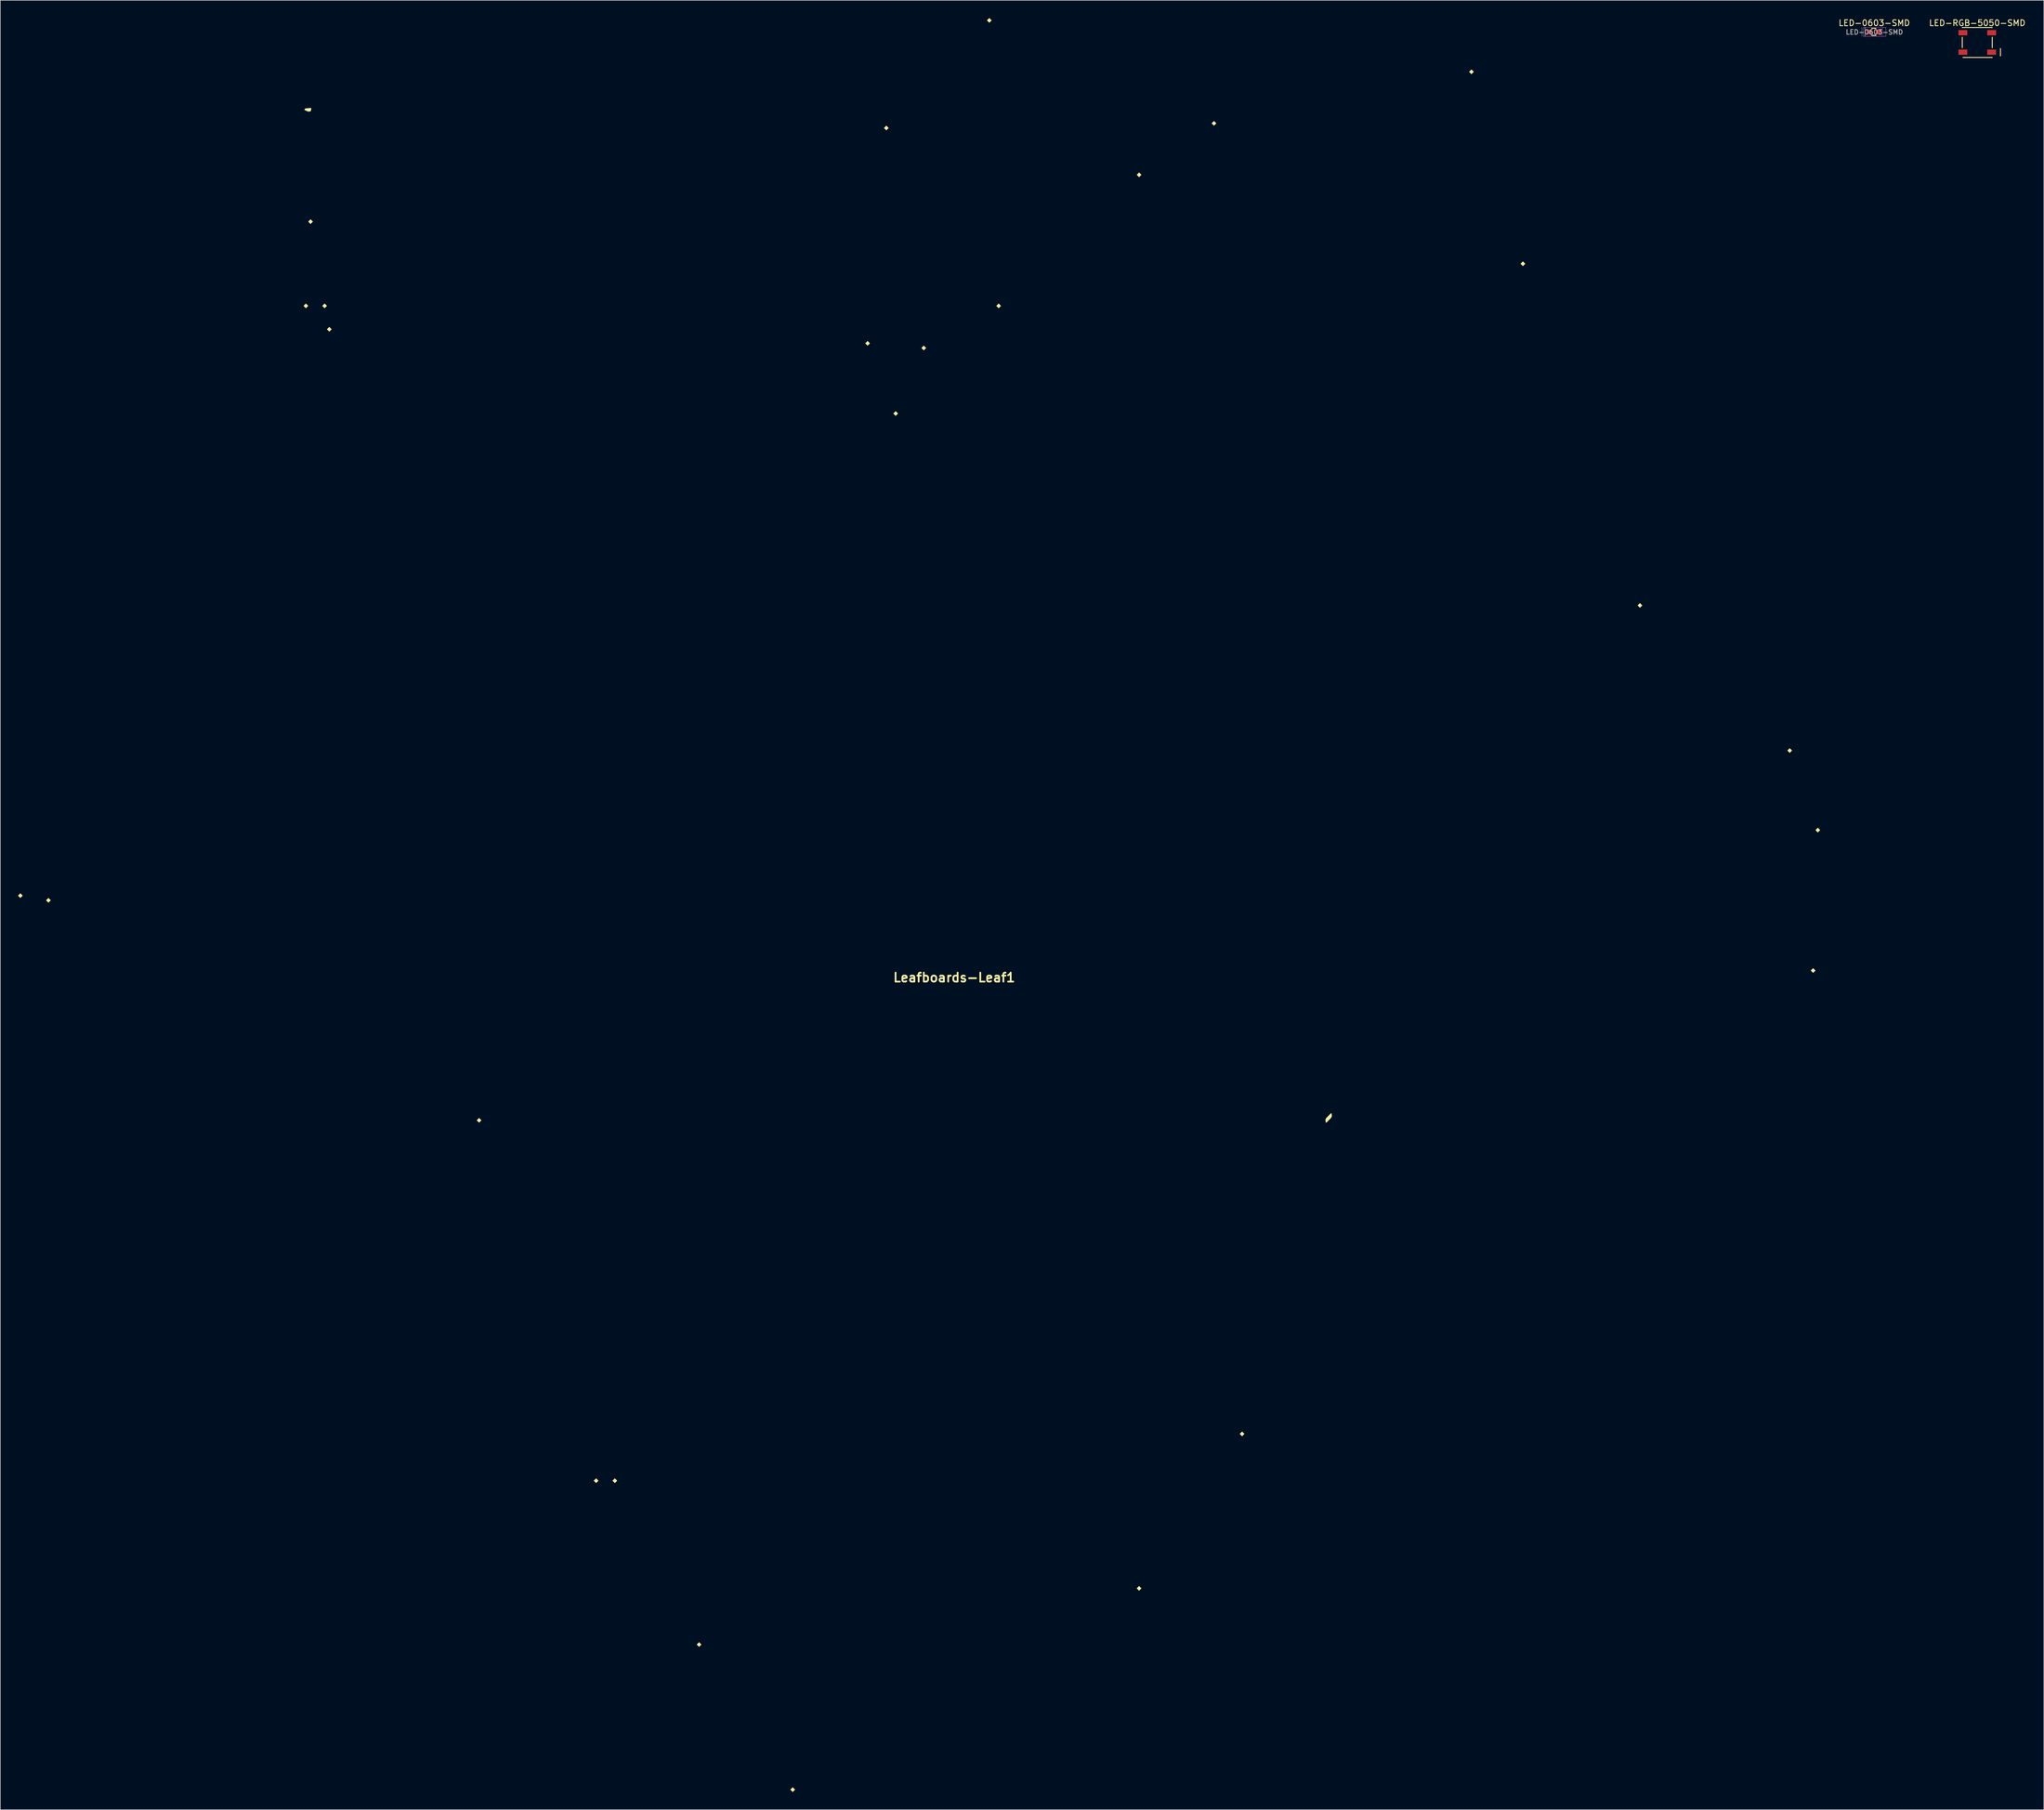
<source format=kicad_pcb>
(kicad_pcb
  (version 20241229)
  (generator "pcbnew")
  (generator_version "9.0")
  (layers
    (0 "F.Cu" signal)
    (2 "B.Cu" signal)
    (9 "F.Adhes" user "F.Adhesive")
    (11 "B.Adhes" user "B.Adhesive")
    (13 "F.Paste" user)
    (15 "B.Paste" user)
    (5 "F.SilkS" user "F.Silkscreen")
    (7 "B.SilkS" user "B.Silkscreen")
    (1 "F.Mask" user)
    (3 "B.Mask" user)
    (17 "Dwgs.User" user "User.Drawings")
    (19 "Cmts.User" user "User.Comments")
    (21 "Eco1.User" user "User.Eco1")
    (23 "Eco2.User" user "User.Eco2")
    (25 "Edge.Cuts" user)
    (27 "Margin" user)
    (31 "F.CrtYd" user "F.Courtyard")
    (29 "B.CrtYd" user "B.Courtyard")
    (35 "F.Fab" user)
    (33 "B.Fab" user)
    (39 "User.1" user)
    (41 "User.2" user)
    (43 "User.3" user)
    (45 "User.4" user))
  (footprint "LED-RGB-5050-SMD"
    (layer "F.Cu")
    (at 332.241 4.15)
    (property "Reference" "LED-RGB-5050-SMD" (at 0 -3.302 0) (layer "F.SilkS") (effects (font (size 1 1) (thickness 0.15))))
    (attr through_hole)
    (fp_line (start -2.54 -2.54) (end 2.54 -2.54) (stroke (width 0.152) (type solid)) (layer "F.SilkS"))
    (fp_line (start -2.54 -0.889) (end -2.54 0.889) (stroke (width 0.152) (type solid)) (layer "F.SilkS"))
    (fp_line (start 2.54 -0.889) (end 2.54 0.889) (stroke (width 0.152) (type solid)) (layer "F.SilkS"))
    (fp_line (start 2.54 2.54) (end -2.413 2.54) (stroke (width 0.152) (type solid)) (layer "F.SilkS"))
    (fp_line (start 3.937 1.016) (end 3.937 2.286) (stroke (width 0.152) (type solid)) (layer "F.SilkS"))
    (pad "1" smd rect (at 2.438 1.651) (size 1.499 0.889) (layers "F.Cu" "F.Mask" "F.Paste"))
    (pad "2" smd rect (at 2.438 -1.651) (size 1.499 0.889) (layers "F.Cu" "F.Mask" "F.Paste"))
    (pad "3" smd rect (at -2.438 -1.651) (size 1.499 0.889) (layers "F.Cu" "F.Mask" "F.Paste"))
    (pad "4" smd rect (at -2.438 1.651) (size 1.499 0.889) (layers "F.Cu" "F.Mask" "F.Paste")))
  (footprint "LED-0603-SMD"
    (layer "F.Cu")
    (at 314.706 2.358)
    (property "Reference" "LED-0603-SMD" (at 0.09 0.04 0) (layer "F.Fab") (effects (font (size 0.8 0.8) (thickness 0.15))))
    (attr smd)
    (fp_line (start -1.524 0.762) (end -1.524 -0.762) (stroke (width 0.05) (type solid)) (layer "F.SilkS"))
    (fp_line (start -0.35 -0.6) (end 0.35 -0.6) (stroke (width 0.15) (type solid)) (layer "F.SilkS"))
    (fp_line (start 0.35 0.6) (end -0.35 0.6) (stroke (width 0.15) (type solid)) (layer "F.SilkS"))
    (fp_line (start -1.45 -0.75) (end -1.45 0.75) (stroke (width 0.05) (type solid)) (layer "F.CrtYd"))
    (fp_line (start -1.45 -0.75) (end 1.45 -0.762) (stroke (width 0.05) (type solid)) (layer "F.CrtYd"))
    (fp_line (start -1.45 0.75) (end 1.45 0.75) (stroke (width 0.05) (type solid)) (layer "F.CrtYd"))
    (fp_line (start 1.45 -0.75) (end 1.45 0.75) (stroke (width 0.05) (type solid)) (layer "F.CrtYd"))
    (fp_line (start -2.032 -0.762) (end -2.032 0.762) (stroke (width 0.05) (type solid)) (layer "F.Fab"))
    (fp_line (start -1.778 -0.762) (end 2.032 -0.762) (stroke (width 0.05) (type solid)) (layer "F.Fab"))
    (fp_line (start -1.778 -0.75) (end -1.778 0.75) (stroke (width 0.05) (type solid)) (layer "F.Fab"))
    (fp_line (start -1.778 0.762) (end 2.032 0.762) (stroke (width 0.05) (type solid)) (layer "F.Fab"))
    (fp_line (start 2.032 -0.75) (end 2.032 0.75) (stroke (width 0.05) (type solid)) (layer "F.Fab"))
    (fp_text user "${REFERENCE}" (at 0.07 -1.51 0) (layer "F.SilkS") (effects (font (size 1 1) (thickness 0.15))))
    (pad "1" smd rect (at -0.75 0) (size 0.8 0.75) (layers "F.Cu" "F.Mask" "F.Paste"))
    (pad "2" smd rect (at 0.75 0) (size 0.8 0.75) (layers "F.Cu" "F.Mask" "F.Paste")))
  (footprint "Leafboards-Leaf1"
    (layer "F.Cu")
    (at 158.755 162.724)
    (property "Reference" "Leafboards-Leaf1" (at 0 0 0) (layer "F.SilkS") (effects (font (size 1.524 1.524) (thickness 0.3))))
    (attr through_hole)
    (fp_poly (pts (xy -157.956 -13.891) (xy -158.353 -13.494) (xy -158.75 -13.891) (xy -158.353 -14.287) (xy -157.956 -13.891)) (stroke (width 0.01) (type solid)) (fill yes) (layer "F.SilkS"))
    (fp_poly (pts (xy -153.194 -13.097) (xy -153.591 -12.7) (xy -153.988 -13.097) (xy -153.591 -13.494) (xy -153.194 -13.097)) (stroke (width 0.01) (type solid)) (fill yes) (layer "F.SilkS"))
    (fp_poly (pts (xy -109.537 -113.903) (xy -109.934 -113.506) (xy -110.331 -113.903) (xy -109.934 -114.3) (xy -109.537 -113.903)) (stroke (width 0.01) (type solid)) (fill yes) (layer "F.SilkS"))
    (fp_poly (pts (xy -108.744 -128.191) (xy -109.141 -127.794) (xy -109.537 -128.191) (xy -109.141 -128.588) (xy -108.744 -128.191)) (stroke (width 0.01) (type solid)) (fill yes) (layer "F.SilkS"))
    (fp_poly (pts (xy -106.362 -113.903) (xy -106.759 -113.506) (xy -107.156 -113.903) (xy -106.759 -114.3) (xy -106.362 -113.903)) (stroke (width 0.01) (type solid)) (fill yes) (layer "F.SilkS"))
    (fp_poly (pts (xy -105.569 -109.934) (xy -105.966 -109.537) (xy -106.362 -109.934) (xy -105.966 -110.331) (xy -105.569 -109.934)) (stroke (width 0.01) (type solid)) (fill yes) (layer "F.SilkS"))
    (fp_poly (pts (xy -80.169 24.209) (xy -80.566 24.606) (xy -80.963 24.209) (xy -80.566 23.812) (xy -80.169 24.209)) (stroke (width 0.01) (type solid)) (fill yes) (layer "F.SilkS"))
    (fp_poly (pts (xy -60.325 85.328) (xy -60.722 85.725) (xy -61.119 85.328) (xy -60.722 84.931) (xy -60.325 85.328)) (stroke (width 0.01) (type solid)) (fill yes) (layer "F.SilkS"))
    (fp_poly (pts (xy -57.15 85.328) (xy -57.547 85.725) (xy -57.944 85.328) (xy -57.547 84.931) (xy -57.15 85.328)) (stroke (width 0.01) (type solid)) (fill yes) (layer "F.SilkS"))
    (fp_poly (pts (xy -42.862 113.109) (xy -43.259 113.506) (xy -43.656 113.109) (xy -43.259 112.713) (xy -42.862 113.109)) (stroke (width 0.01) (type solid)) (fill yes) (layer "F.SilkS"))
    (fp_poly (pts (xy -26.988 137.716) (xy -27.384 138.113) (xy -27.781 137.716) (xy -27.384 137.319) (xy -26.988 137.716)) (stroke (width 0.01) (type solid)) (fill yes) (layer "F.SilkS"))
    (fp_poly (pts (xy -14.287 -107.553) (xy -14.684 -107.156) (xy -15.081 -107.553) (xy -14.684 -107.95) (xy -14.287 -107.553)) (stroke (width 0.01) (type solid)) (fill yes) (layer "F.SilkS"))
    (fp_poly (pts (xy -11.113 -144.066) (xy -11.509 -143.669) (xy -11.906 -144.066) (xy -11.509 -144.463) (xy -11.113 -144.066)) (stroke (width 0.01) (type solid)) (fill yes) (layer "F.SilkS"))
    (fp_poly (pts (xy -9.525 -95.647) (xy -9.922 -95.25) (xy -10.319 -95.647) (xy -9.922 -96.044) (xy -9.525 -95.647)) (stroke (width 0.01) (type solid)) (fill yes) (layer "F.SilkS"))
    (fp_poly (pts (xy -4.763 -106.759) (xy -5.159 -106.362) (xy -5.556 -106.759) (xy -5.159 -107.156) (xy -4.763 -106.759)) (stroke (width 0.01) (type solid)) (fill yes) (layer "F.SilkS"))
    (fp_poly (pts (xy 6.35 -162.322) (xy 5.953 -161.925) (xy 5.556 -162.322) (xy 5.953 -162.719) (xy 6.35 -162.322)) (stroke (width 0.01) (type solid)) (fill yes) (layer "F.SilkS"))
    (fp_poly (pts (xy 7.938 -113.903) (xy 7.541 -113.506) (xy 7.144 -113.903) (xy 7.541 -114.3) (xy 7.938 -113.903)) (stroke (width 0.01) (type solid)) (fill yes) (layer "F.SilkS"))
    (fp_poly (pts (xy 31.75 -136.128) (xy 31.353 -135.731) (xy 30.956 -136.128) (xy 31.353 -136.525) (xy 31.75 -136.128)) (stroke (width 0.01) (type solid)) (fill yes) (layer "F.SilkS"))
    (fp_poly (pts (xy 31.75 103.584) (xy 31.353 103.981) (xy 30.956 103.584) (xy 31.353 103.188) (xy 31.75 103.584)) (stroke (width 0.01) (type solid)) (fill yes) (layer "F.SilkS"))
    (fp_poly (pts (xy 44.45 -144.859) (xy 44.053 -144.463) (xy 43.656 -144.859) (xy 44.053 -145.256) (xy 44.45 -144.859)) (stroke (width 0.01) (type solid)) (fill yes) (layer "F.SilkS"))
    (fp_poly (pts (xy 49.212 77.391) (xy 48.816 77.787) (xy 48.419 77.391) (xy 48.816 76.994) (xy 49.212 77.391)) (stroke (width 0.01) (type solid)) (fill yes) (layer "F.SilkS"))
    (fp_poly (pts (xy 88.106 -153.591) (xy 87.709 -153.194) (xy 87.312 -153.591) (xy 87.709 -153.988) (xy 88.106 -153.591)) (stroke (width 0.01) (type solid)) (fill yes) (layer "F.SilkS"))
    (fp_poly (pts (xy 96.838 -121.047) (xy 96.441 -120.65) (xy 96.044 -121.047) (xy 96.441 -121.444) (xy 96.838 -121.047)) (stroke (width 0.01) (type solid)) (fill yes) (layer "F.SilkS"))
    (fp_poly (pts (xy 116.681 -63.103) (xy 116.284 -62.706) (xy 115.888 -63.103) (xy 116.284 -63.5) (xy 116.681 -63.103)) (stroke (width 0.01) (type solid)) (fill yes) (layer "F.SilkS"))
    (fp_poly (pts (xy 142.081 -38.497) (xy 141.684 -38.1) (xy 141.287 -38.497) (xy 141.684 -38.894) (xy 142.081 -38.497)) (stroke (width 0.01) (type solid)) (fill yes) (layer "F.SilkS"))
    (fp_poly (pts (xy 146.05 -1.191) (xy 145.653 -0.794) (xy 145.256 -1.191) (xy 145.653 -1.587) (xy 146.05 -1.191)) (stroke (width 0.01) (type solid)) (fill yes) (layer "F.SilkS"))
    (fp_poly (pts (xy 146.844 -25.003) (xy 146.447 -24.606) (xy 146.05 -25.003) (xy 146.447 -25.4) (xy 146.844 -25.003)) (stroke (width 0.01) (type solid)) (fill yes) (layer "F.SilkS"))
    (fp_poly (pts (xy -109.008 -147.373) (xy -109.117 -146.901) (xy -109.537 -146.844) (xy -110.191 -147.134) (xy -110.067 -147.373) (xy -109.125 -147.468) (xy -109.008 -147.373)) (stroke (width 0.01) (type solid)) (fill yes) (layer "F.SilkS"))
    (fp_poly (pts (xy 64.045 23.531) (xy 63.897 23.812) (xy 63.149 24.571) (xy 63.009 24.606) (xy 62.955 24.094) (xy 63.103 23.812) (xy 63.851 23.054) (xy 63.991 23.019) (xy 64.045 23.531)) (stroke (width 0.01) (type solid)) (fill yes) (layer "F.SilkS")))
  (gr_rect
    (start -3 -3)
    (end 343.532 303.841)
    (stroke (width 0.1) (type default))
    (fill no)
    (layer "Edge.Cuts")))
</source>
